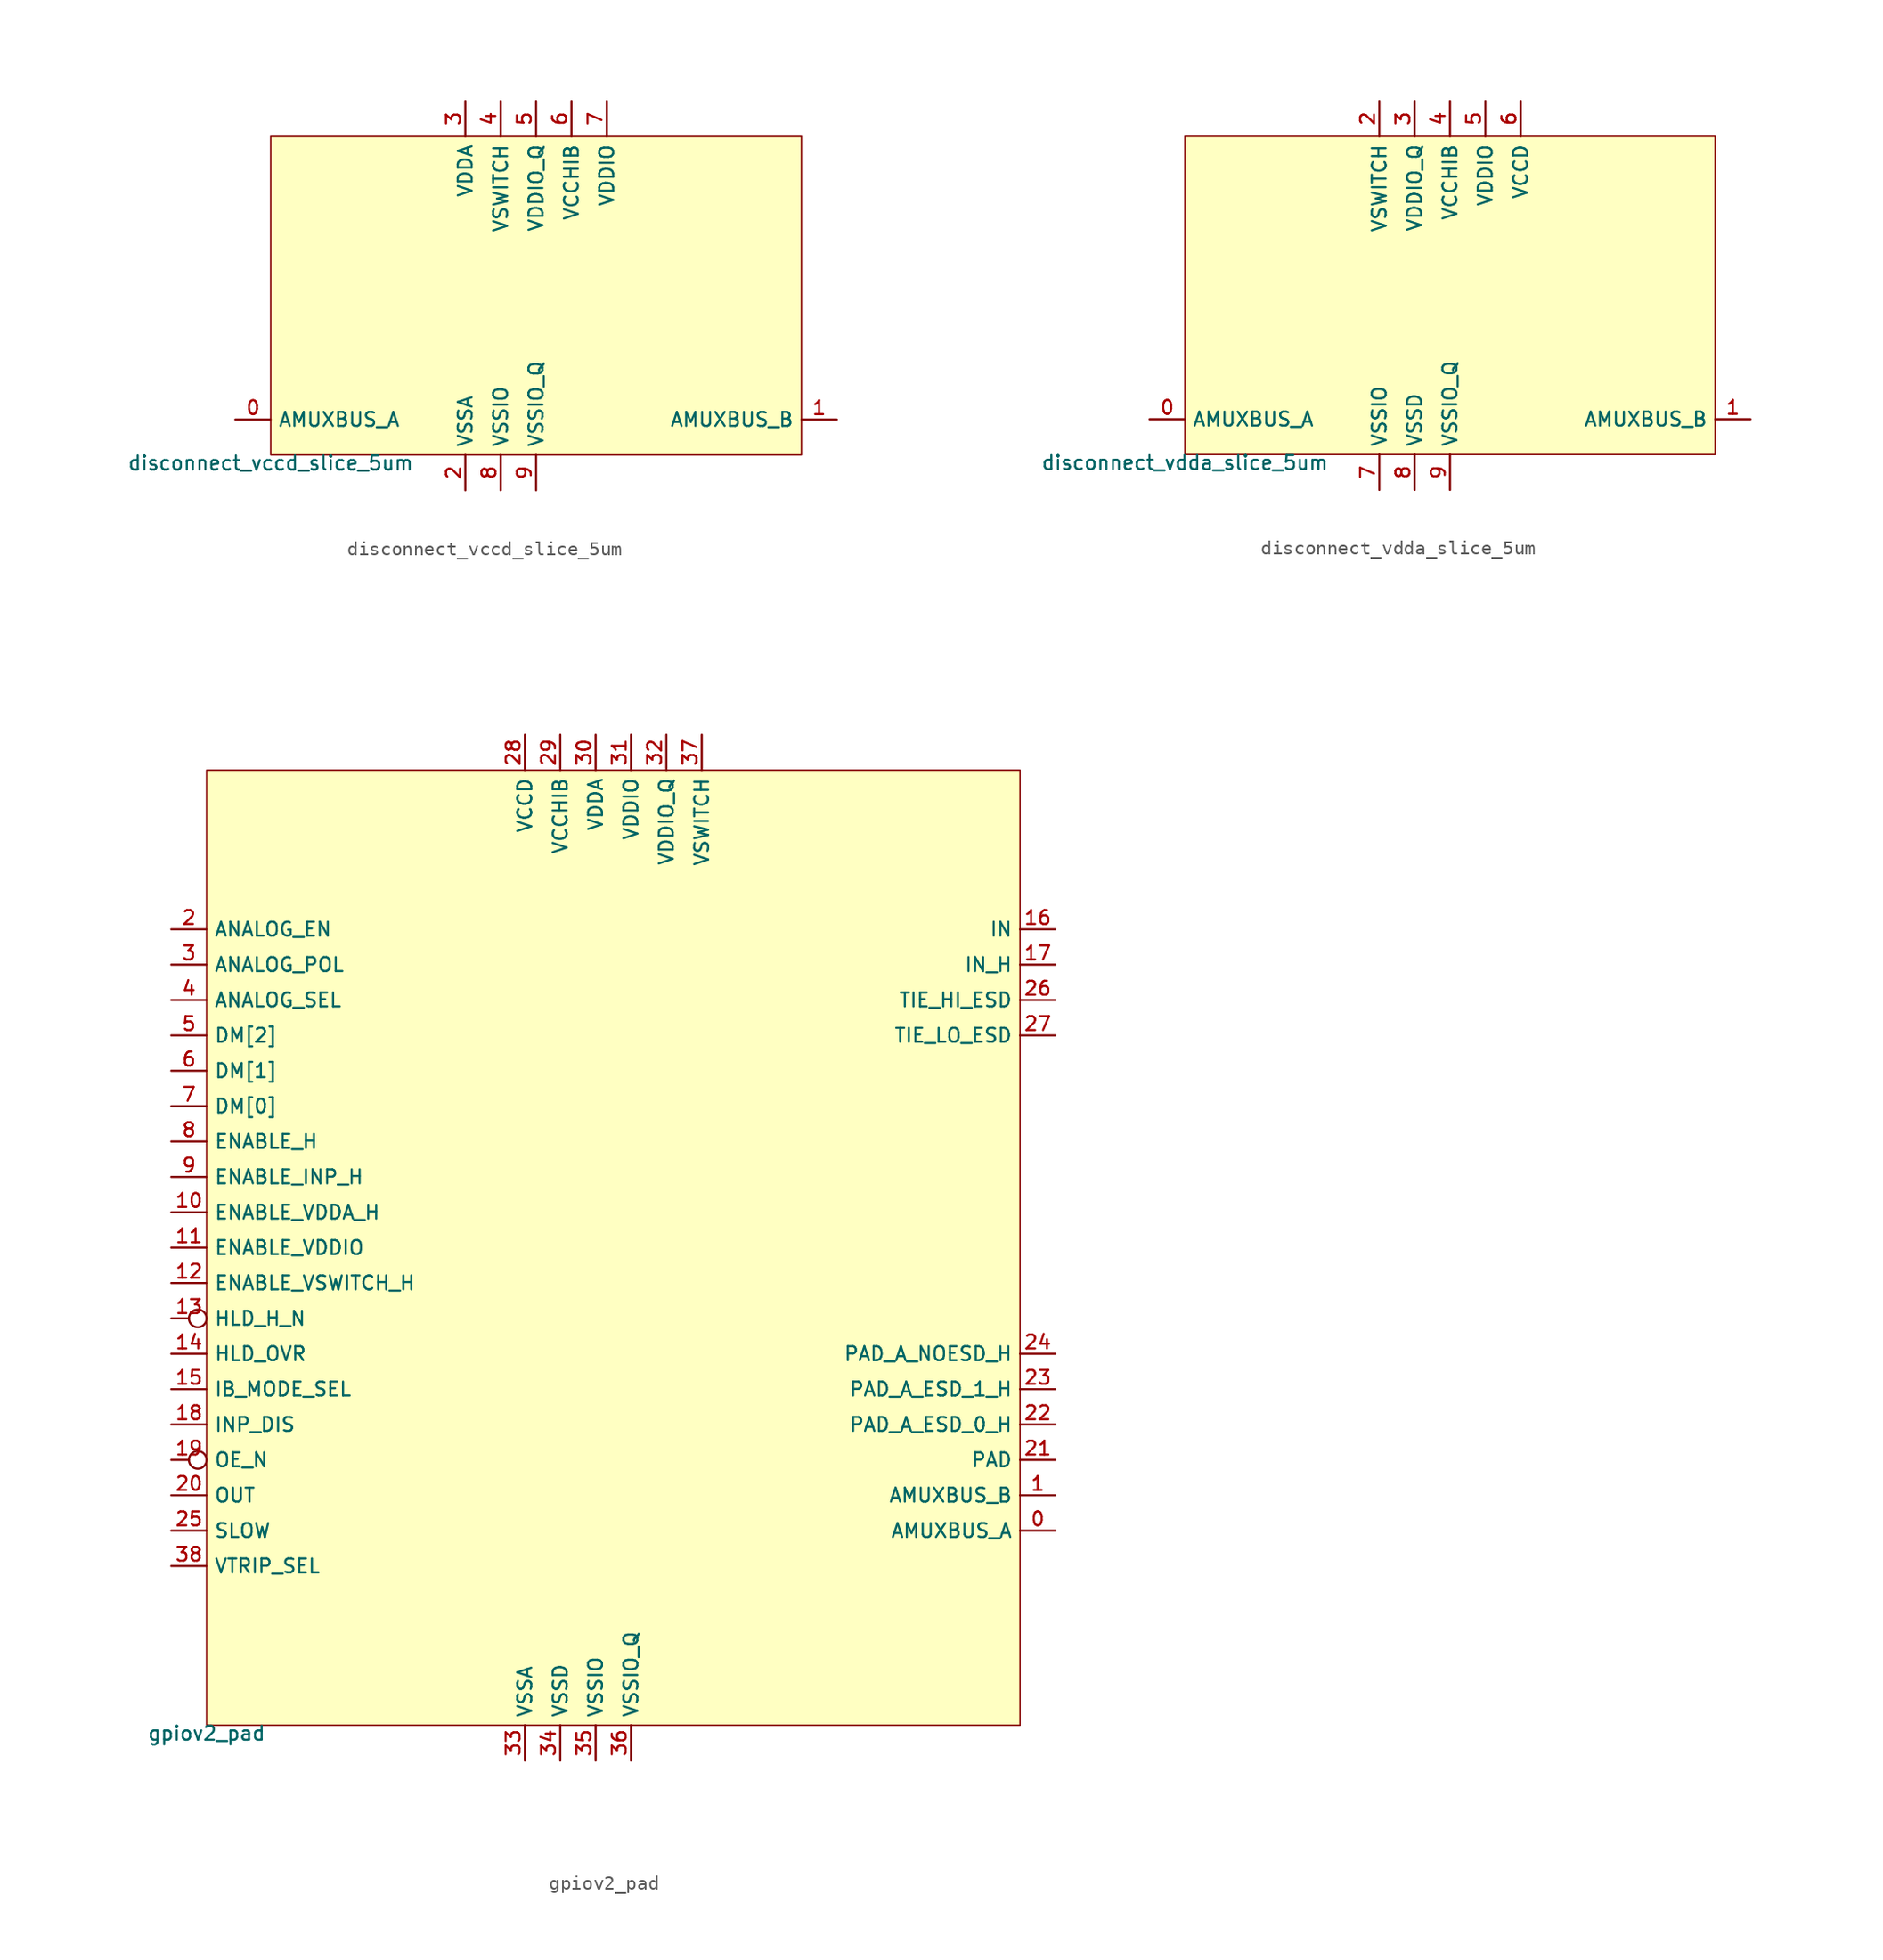
<source format=kicad_sym>
(kicad_symbol_lib
  (version 20211014)
  (generator pdk2kicad)
  (symbol "disconnect_vccd_slice_5um"
    (property "Reference" "X"
      (at 0 0 0)
      (effects (font (size 1 1)) hide))
    (property "Value" "disconnect_vccd_slice_5um"
      (at -19.05 -11.43 0)
      (effects (font (size 1 1)) (justify top)))
    (rectangle
      (start -19.05 -11.43)
      (end 19.05 11.43)
      (stroke (width 0.1) (type solid) (color 0 0 0 0))
      (fill (type background)))
    (pin bidirectional line
      (at -21.59 -8.89 0)
      (length 2.54)
      (name "AMUXBUS_A" (effects (font (size 1 1)) hide))
      (number "0" (effects (font (size 1 1)) hide)))
    (pin bidirectional line
      (at 21.59 -8.89 180)
      (length 2.54)
      (name "AMUXBUS_B" (effects (font (size 1 1)) hide))
      (number "1" (effects (font (size 1 1)) hide)))
    (pin power_in line
      (at -5.08 -13.97 90)
      (length 2.54)
      (name "VSSA" (effects (font (size 1 1)) hide))
      (number "2" (effects (font (size 1 1)) hide)))
    (pin power_in line
      (at -5.08 13.97 270)
      (length 2.54)
      (name "VDDA" (effects (font (size 1 1)) hide))
      (number "3" (effects (font (size 1 1)) hide)))
    (pin power_in line
      (at -2.54 13.97 270)
      (length 2.54)
      (name "VSWITCH" (effects (font (size 1 1)) hide))
      (number "4" (effects (font (size 1 1)) hide)))
    (pin power_in line
      (at 3.552713678800501e-15 13.97 270)
      (length 2.54)
      (name "VDDIO_Q" (effects (font (size 1 1)) hide))
      (number "5" (effects (font (size 1 1)) hide)))
    (pin power_in line
      (at 2.54 13.97 270)
      (length 2.54)
      (name "VCCHIB" (effects (font (size 1 1)) hide))
      (number "6" (effects (font (size 1 1)) hide)))
    (pin power_in line
      (at 5.08 13.97 270)
      (length 2.54)
      (name "VDDIO" (effects (font (size 1 1)) hide))
      (number "7" (effects (font (size 1 1)) hide)))
    (pin power_in line
      (at -2.54 -13.97 90)
      (length 2.54)
      (name "VSSIO" (effects (font (size 1 1)) hide))
      (number "8" (effects (font (size 1 1)) hide)))
    (pin power_in line
      (at 3.552713678800501e-15 -13.97 90)
      (length 2.54)
      (name "VSSIO_Q" (effects (font (size 1 1)) hide))
      (number "9" (effects (font (size 1 1)) hide))))
  (symbol "disconnect_vdda_slice_5um"
    (property "Reference" "X"
      (at 0 0 0)
      (effects (font (size 1 1)) hide))
    (property "Value" "disconnect_vdda_slice_5um"
      (at -19.05 -11.43 0)
      (effects (font (size 1 1)) (justify top)))
    (rectangle
      (start -19.05 -11.43)
      (end 19.05 11.43)
      (stroke (width 0.1) (type solid) (color 0 0 0 0))
      (fill (type background)))
    (pin bidirectional line
      (at -21.59 -8.89 0)
      (length 2.54)
      (name "AMUXBUS_A" (effects (font (size 1 1)) hide))
      (number "0" (effects (font (size 1 1)) hide)))
    (pin bidirectional line
      (at 21.59 -8.89 180)
      (length 2.54)
      (name "AMUXBUS_B" (effects (font (size 1 1)) hide))
      (number "1" (effects (font (size 1 1)) hide)))
    (pin power_in line
      (at -5.08 13.97 270)
      (length 2.54)
      (name "VSWITCH" (effects (font (size 1 1)) hide))
      (number "2" (effects (font (size 1 1)) hide)))
    (pin power_in line
      (at -2.54 13.97 270)
      (length 2.54)
      (name "VDDIO_Q" (effects (font (size 1 1)) hide))
      (number "3" (effects (font (size 1 1)) hide)))
    (pin power_in line
      (at 3.552713678800501e-15 13.97 270)
      (length 2.54)
      (name "VCCHIB" (effects (font (size 1 1)) hide))
      (number "4" (effects (font (size 1 1)) hide)))
    (pin power_in line
      (at 2.54 13.97 270)
      (length 2.54)
      (name "VDDIO" (effects (font (size 1 1)) hide))
      (number "5" (effects (font (size 1 1)) hide)))
    (pin power_in line
      (at 5.08 13.97 270)
      (length 2.54)
      (name "VCCD" (effects (font (size 1 1)) hide))
      (number "6" (effects (font (size 1 1)) hide)))
    (pin power_in line
      (at -5.08 -13.97 90)
      (length 2.54)
      (name "VSSIO" (effects (font (size 1 1)) hide))
      (number "7" (effects (font (size 1 1)) hide)))
    (pin power_in line
      (at -2.54 -13.97 90)
      (length 2.54)
      (name "VSSD" (effects (font (size 1 1)) hide))
      (number "8" (effects (font (size 1 1)) hide)))
    (pin power_in line
      (at 3.552713678800501e-15 -13.97 90)
      (length 2.54)
      (name "VSSIO_Q" (effects (font (size 1 1)) hide))
      (number "9" (effects (font (size 1 1)) hide))))
  (symbol "gpiov2_pad"
    (property "Reference" "X"
      (at 0 0 0)
      (effects (font (size 1 1)) hide))
    (property "Value" "gpiov2_pad"
      (at -29.21 -34.29 0)
      (effects (font (size 1 1)) (justify top)))
    (rectangle
      (start -29.21 -34.29)
      (end 29.21 34.29)
      (stroke (width 0.1) (type solid) (color 0 0 0 0))
      (fill (type background)))
    (pin bidirectional line
      (at 31.75 -20.32 180)
      (length 2.54)
      (name "AMUXBUS_A" (effects (font (size 1 1)) hide))
      (number "0" (effects (font (size 1 1)) hide)))
    (pin bidirectional line
      (at 31.75 -17.78 180)
      (length 2.54)
      (name "AMUXBUS_B" (effects (font (size 1 1)) hide))
      (number "1" (effects (font (size 1 1)) hide)))
    (pin input line
      (at -31.75 22.86 0)
      (length 2.54)
      (name "ANALOG_EN" (effects (font (size 1 1)) hide))
      (number "2" (effects (font (size 1 1)) hide)))
    (pin input line
      (at -31.75 20.32 0)
      (length 2.54)
      (name "ANALOG_POL" (effects (font (size 1 1)) hide))
      (number "3" (effects (font (size 1 1)) hide)))
    (pin input line
      (at -31.75 17.78 0)
      (length 2.54)
      (name "ANALOG_SEL" (effects (font (size 1 1)) hide))
      (number "4" (effects (font (size 1 1)) hide)))
    (pin input line
      (at -31.75 15.24 0)
      (length 2.54)
      (name "DM[2]" (effects (font (size 1 1)) hide))
      (number "5" (effects (font (size 1 1)) hide)))
    (pin input line
      (at -31.75 12.7 0)
      (length 2.54)
      (name "DM[1]" (effects (font (size 1 1)) hide))
      (number "6" (effects (font (size 1 1)) hide)))
    (pin input line
      (at -31.75 10.16 0)
      (length 2.54)
      (name "DM[0]" (effects (font (size 1 1)) hide))
      (number "7" (effects (font (size 1 1)) hide)))
    (pin input line
      (at -31.75 7.62 0)
      (length 2.54)
      (name "ENABLE_H" (effects (font (size 1 1)) hide))
      (number "8" (effects (font (size 1 1)) hide)))
    (pin input line
      (at -31.75 5.08 0)
      (length 2.54)
      (name "ENABLE_INP_H" (effects (font (size 1 1)) hide))
      (number "9" (effects (font (size 1 1)) hide)))
    (pin input line
      (at -31.75 2.54 0)
      (length 2.54)
      (name "ENABLE_VDDA_H" (effects (font (size 1 1)) hide))
      (number "10" (effects (font (size 1 1)) hide)))
    (pin input line
      (at -31.75 0.0 0)
      (length 2.54)
      (name "ENABLE_VDDIO" (effects (font (size 1 1)) hide))
      (number "11" (effects (font (size 1 1)) hide)))
    (pin input line
      (at -31.75 -2.54 0)
      (length 2.54)
      (name "ENABLE_VSWITCH_H" (effects (font (size 1 1)) hide))
      (number "12" (effects (font (size 1 1)) hide)))
    (pin input inverted
      (at -31.75 -5.08 0)
      (length 2.54)
      (name "HLD_H_N" (effects (font (size 1 1)) hide))
      (number "13" (effects (font (size 1 1)) hide)))
    (pin input line
      (at -31.75 -7.62 0)
      (length 2.54)
      (name "HLD_OVR" (effects (font (size 1 1)) hide))
      (number "14" (effects (font (size 1 1)) hide)))
    (pin input line
      (at -31.75 -10.16 0)
      (length 2.54)
      (name "IB_MODE_SEL" (effects (font (size 1 1)) hide))
      (number "15" (effects (font (size 1 1)) hide)))
    (pin output line
      (at 31.75 22.86 180)
      (length 2.54)
      (name "IN" (effects (font (size 1 1)) hide))
      (number "16" (effects (font (size 1 1)) hide)))
    (pin output line
      (at 31.75 20.32 180)
      (length 2.54)
      (name "IN_H" (effects (font (size 1 1)) hide))
      (number "17" (effects (font (size 1 1)) hide)))
    (pin input line
      (at -31.75 -12.7 0)
      (length 2.54)
      (name "INP_DIS" (effects (font (size 1 1)) hide))
      (number "18" (effects (font (size 1 1)) hide)))
    (pin input inverted
      (at -31.75 -15.24 0)
      (length 2.54)
      (name "OE_N" (effects (font (size 1 1)) hide))
      (number "19" (effects (font (size 1 1)) hide)))
    (pin input line
      (at -31.75 -17.78 0)
      (length 2.54)
      (name "OUT" (effects (font (size 1 1)) hide))
      (number "20" (effects (font (size 1 1)) hide)))
    (pin bidirectional line
      (at 31.75 -15.24 180)
      (length 2.54)
      (name "PAD" (effects (font (size 1 1)) hide))
      (number "21" (effects (font (size 1 1)) hide)))
    (pin bidirectional line
      (at 31.75 -12.7 180)
      (length 2.54)
      (name "PAD_A_ESD_0_H" (effects (font (size 1 1)) hide))
      (number "22" (effects (font (size 1 1)) hide)))
    (pin bidirectional line
      (at 31.75 -10.16 180)
      (length 2.54)
      (name "PAD_A_ESD_1_H" (effects (font (size 1 1)) hide))
      (number "23" (effects (font (size 1 1)) hide)))
    (pin bidirectional line
      (at 31.75 -7.62 180)
      (length 2.54)
      (name "PAD_A_NOESD_H" (effects (font (size 1 1)) hide))
      (number "24" (effects (font (size 1 1)) hide)))
    (pin input line
      (at -31.75 -20.32 0)
      (length 2.54)
      (name "SLOW" (effects (font (size 1 1)) hide))
      (number "25" (effects (font (size 1 1)) hide)))
    (pin output line
      (at 31.75 17.78 180)
      (length 2.54)
      (name "TIE_HI_ESD" (effects (font (size 1 1)) hide))
      (number "26" (effects (font (size 1 1)) hide)))
    (pin output line
      (at 31.75 15.24 180)
      (length 2.54)
      (name "TIE_LO_ESD" (effects (font (size 1 1)) hide))
      (number "27" (effects (font (size 1 1)) hide)))
    (pin power_in line
      (at -6.35 36.83 270)
      (length 2.54)
      (name "VCCD" (effects (font (size 1 1)) hide))
      (number "28" (effects (font (size 1 1)) hide)))
    (pin power_in line
      (at -3.81 36.83 270)
      (length 2.54)
      (name "VCCHIB" (effects (font (size 1 1)) hide))
      (number "29" (effects (font (size 1 1)) hide)))
    (pin power_in line
      (at -1.27 36.83 270)
      (length 2.54)
      (name "VDDA" (effects (font (size 1 1)) hide))
      (number "30" (effects (font (size 1 1)) hide)))
    (pin power_in line
      (at 1.27 36.83 270)
      (length 2.54)
      (name "VDDIO" (effects (font (size 1 1)) hide))
      (number "31" (effects (font (size 1 1)) hide)))
    (pin power_in line
      (at 3.81 36.83 270)
      (length 2.54)
      (name "VDDIO_Q" (effects (font (size 1 1)) hide))
      (number "32" (effects (font (size 1 1)) hide)))
    (pin power_in line
      (at -6.35 -36.83 90)
      (length 2.54)
      (name "VSSA" (effects (font (size 1 1)) hide))
      (number "33" (effects (font (size 1 1)) hide)))
    (pin power_in line
      (at -3.81 -36.83 90)
      (length 2.54)
      (name "VSSD" (effects (font (size 1 1)) hide))
      (number "34" (effects (font (size 1 1)) hide)))
    (pin power_in line
      (at -1.27 -36.83 90)
      (length 2.54)
      (name "VSSIO" (effects (font (size 1 1)) hide))
      (number "35" (effects (font (size 1 1)) hide)))
    (pin power_in line
      (at 1.27 -36.83 90)
      (length 2.54)
      (name "VSSIO_Q" (effects (font (size 1 1)) hide))
      (number "36" (effects (font (size 1 1)) hide)))
    (pin power_in line
      (at 6.35 36.83 270)
      (length 2.54)
      (name "VSWITCH" (effects (font (size 1 1)) hide))
      (number "37" (effects (font (size 1 1)) hide)))
    (pin input line
      (at -31.75 -22.86 0)
      (length 2.54)
      (name "VTRIP_SEL" (effects (font (size 1 1)) hide))
      (number "38" (effects (font (size 1 1)) hide)))))
</source>
